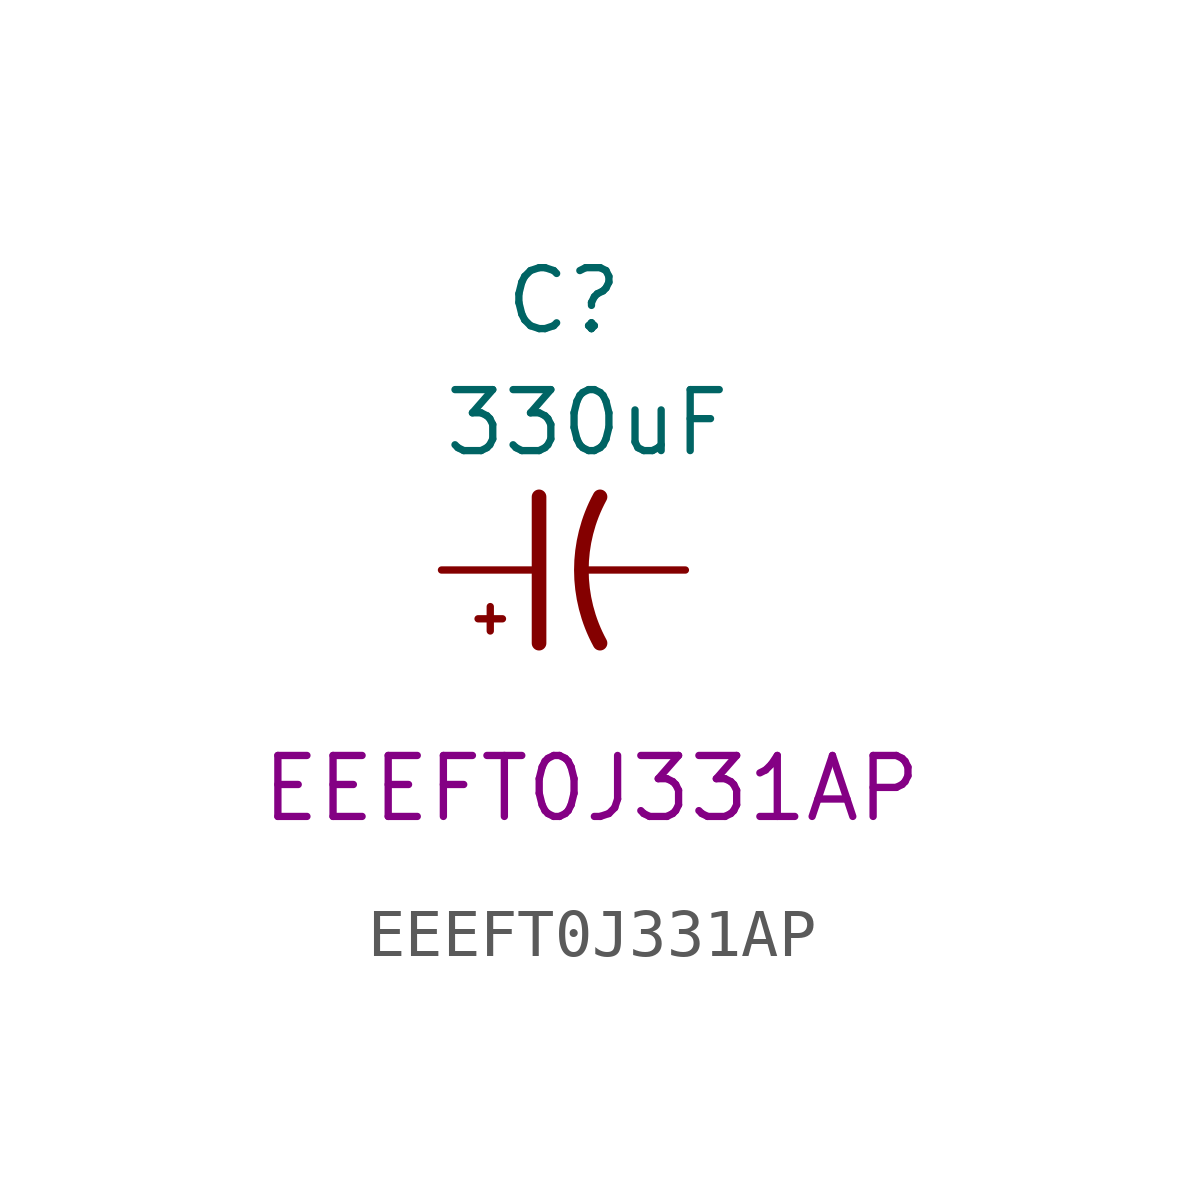
<source format=kicad_sym>
(kicad_symbol_lib
  (version 20220914)
  (generator kicad_symbol_editor)
  (symbol "EEEFT0J331AP"
    (pin_numbers hide)
    (pin_names hide)
    (property "Reference" "C"
      (at -1.27 6.35 0)
      (effects (font (size 1.27 1.27)) (justify left top)))
    (property "Value" "330uF"
      (at -2.54 3.81 0)
      (effects (font (size 1.27 1.27)) (justify left top)))
    (property "Manufacturer_Part_Number" "EEEFT0J331AP"
      (at -6.35 -3.81 0)
      (effects (font (size 1.27 1.27)) (justify left top)))
    (symbol "EEEFT0J331AP_0_1"
      (polyline (pts (xy -1.524 -1.27) (xy -1.524 -0.762)) (stroke (width 0) (type default)) (fill (type none)))
      (polyline (pts (xy -1.27 -1.016) (xy -1.778 -1.016)) (stroke (width 0) (type default)) (fill (type none)))
      (polyline (pts (xy -0.508 -1.524) (xy -0.508 1.524)) (stroke (width 0.305) (type default)) (fill (type none)))
      (arc (start 0.762 1.524) (mid 0.3734 0) (end 0.762 -1.524) (stroke (width 0.3048) (type default)) (fill (type none))))
    (symbol "EEEFT0J331AP_1_1"
      (pin passive line (at -2.54 0 0) (length 2.032) (name "~" (effects (font (size 1.27 1.27)))) (number "1" (effects (font (size 1.27 1.27)))))
      (pin passive line (at 2.54 0 180) (length 2.032) (name "~" (effects (font (size 1.27 1.27)))) (number "2" (effects (font (size 1.27 1.27))))))))
</source>
